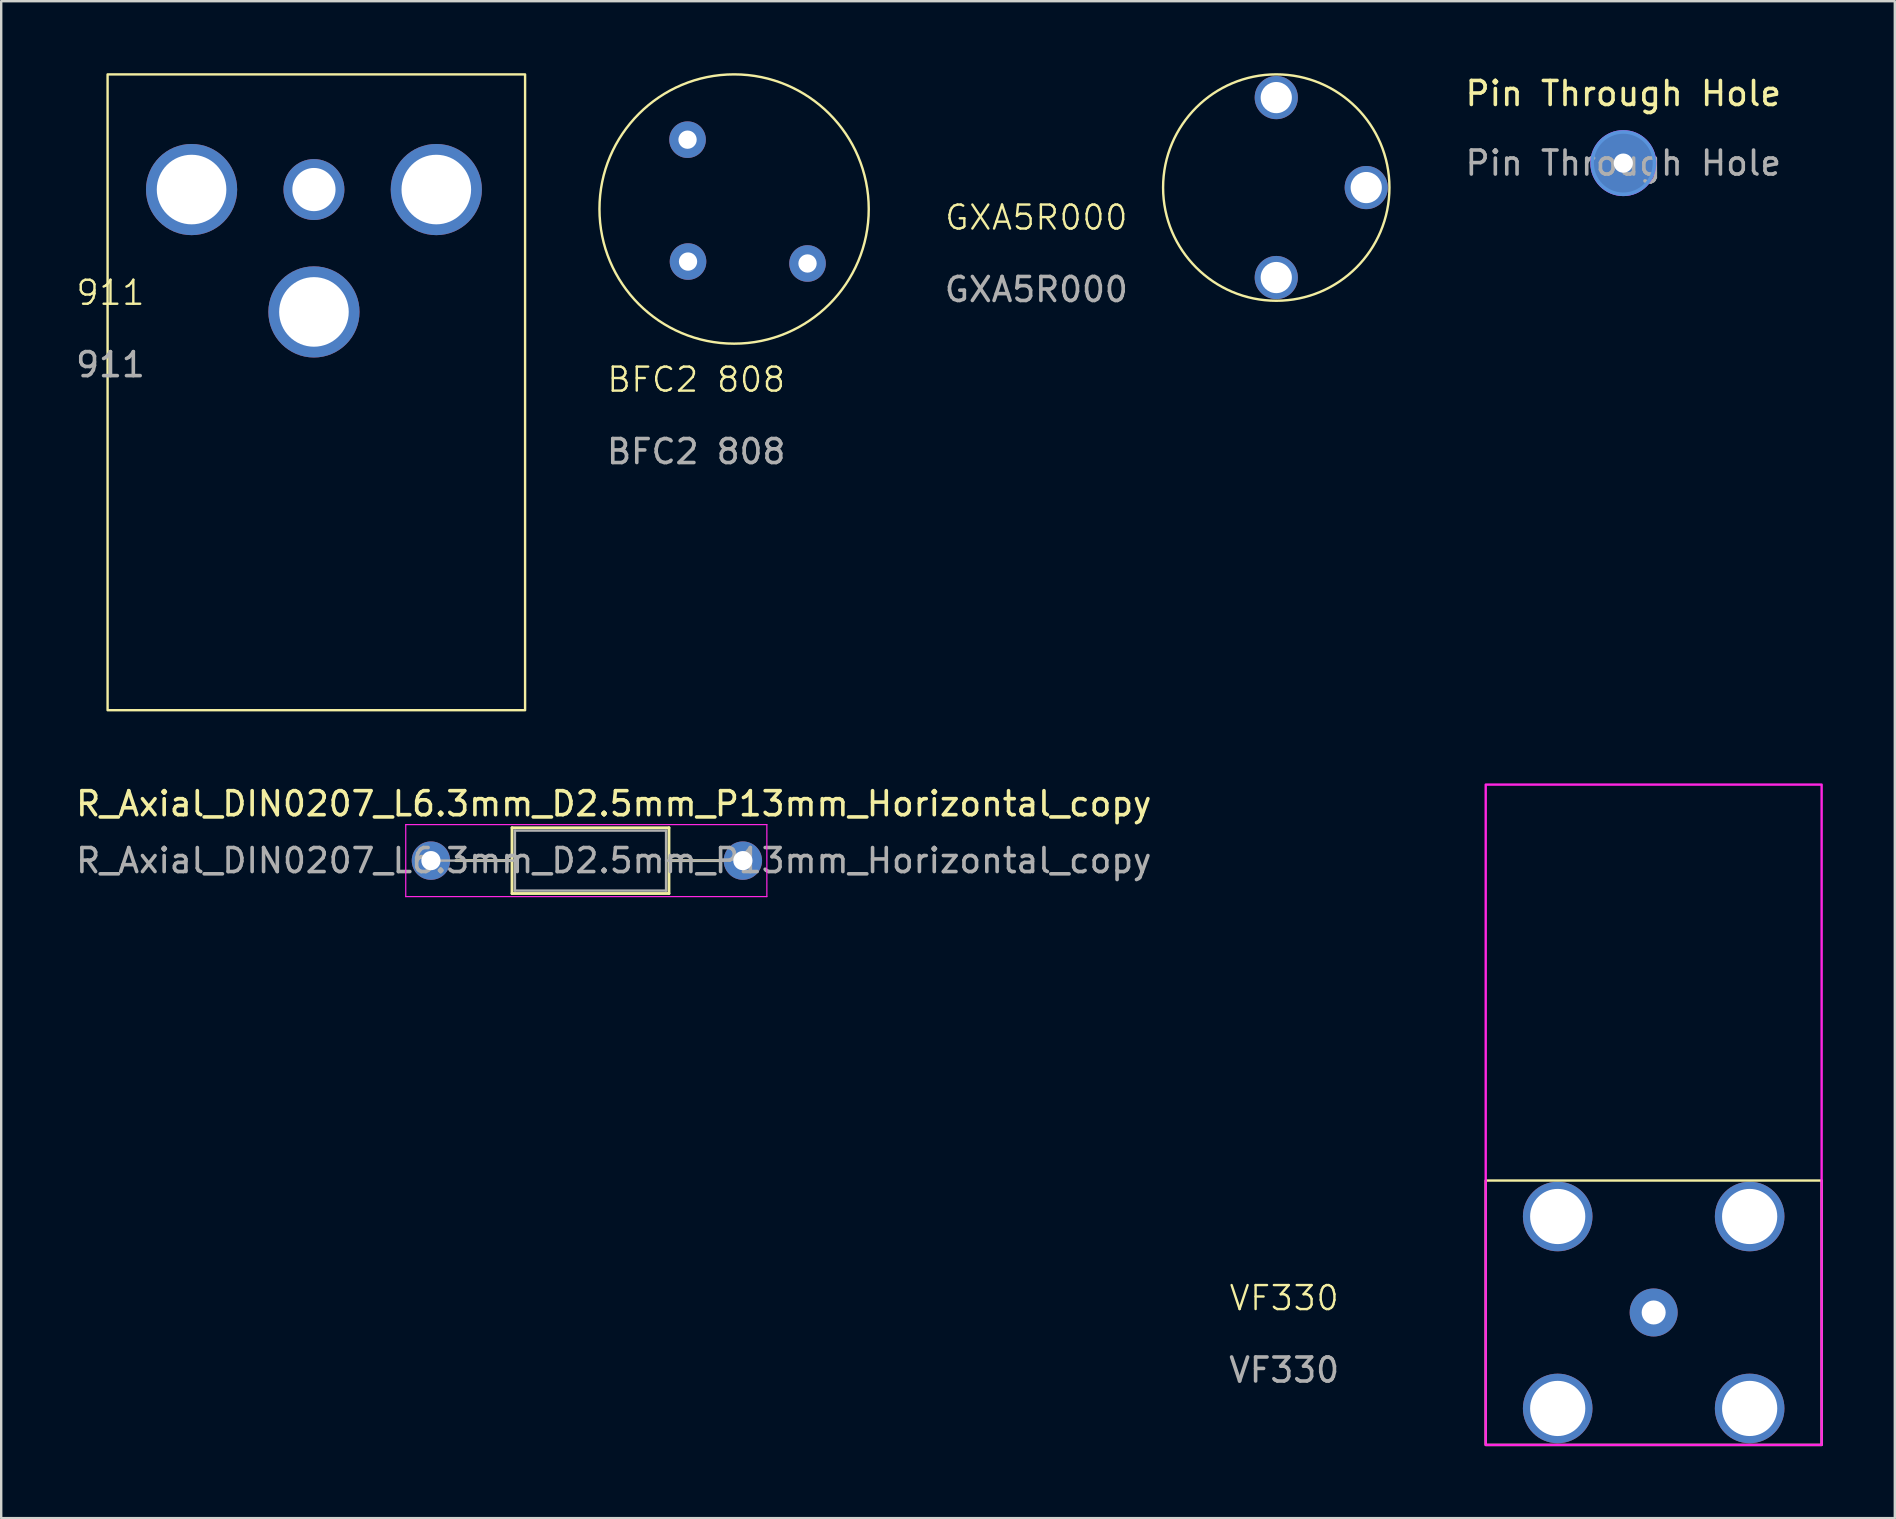
<source format=kicad_pcb>
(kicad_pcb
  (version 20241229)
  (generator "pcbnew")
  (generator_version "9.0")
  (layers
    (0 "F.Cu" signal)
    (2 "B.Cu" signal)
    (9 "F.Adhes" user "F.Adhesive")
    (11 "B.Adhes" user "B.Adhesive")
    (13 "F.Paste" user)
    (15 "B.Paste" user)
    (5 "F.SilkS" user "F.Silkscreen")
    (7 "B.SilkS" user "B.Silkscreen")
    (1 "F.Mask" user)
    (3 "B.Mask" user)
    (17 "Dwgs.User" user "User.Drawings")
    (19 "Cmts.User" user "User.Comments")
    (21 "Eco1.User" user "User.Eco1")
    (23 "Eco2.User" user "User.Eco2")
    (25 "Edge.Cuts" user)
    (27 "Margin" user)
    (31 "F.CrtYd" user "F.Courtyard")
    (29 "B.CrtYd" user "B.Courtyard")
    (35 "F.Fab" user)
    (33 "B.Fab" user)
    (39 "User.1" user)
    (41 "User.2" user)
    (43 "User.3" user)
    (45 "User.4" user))
  (footprint "VF330"
    (layer "F.Cu")
    (at 61.87 47.65)
    (property "Reference" "VF330" (at -11.4 3.4 0) (unlocked yes) (layer "F.SilkS") (effects (font (size 1 1) (thickness 0.1))))
    (attr smd)
    (fp_rect (start -3 -1.5) (end 11 9.52) (stroke (width 0.1) (type solid)) (fill no) (layer "F.SilkS"))
    (fp_rect (start -3 -18) (end 11 9.52) (stroke (width 0.1) (type solid)) (fill no) (layer "F.CrtYd"))
    (fp_text user "${REFERENCE}" (at -11.4 6.4 0) (unlocked yes) (layer "F.Fab") (effects (font (size 1 1) (thickness 0.15))))
    (pad "1" thru_hole circle (at 4 4) (size 2 2) (drill 1) (layers "*.Cu" "*.Mask"))
    (pad "2" thru_hole circle (at 0 0) (size 2.9 2.9) (drill 2.3) (layers "*.Cu" "*.Mask"))
    (pad "2" thru_hole circle (at 0 8) (size 2.9 2.9) (drill 2.3) (layers "*.Cu" "*.Mask"))
    (pad "2" thru_hole circle (at 8 0) (size 2.9 2.9) (drill 2.3) (layers "*.Cu" "*.Mask"))
    (pad "2" thru_hole circle (at 8 8) (size 2.9 2.9) (drill 2.3) (layers "*.Cu" "*.Mask")))
  (footprint "Pin Through Hole"
    (layer "F.Cu")
    (at 64.604 3.748)
    (property "Reference" "Pin Through Hole" (at 0 -2.9 0) (layer "F.SilkS") (effects (font (size 1 1) (thickness 0.15))))
    (attr exclude_from_pos_files exclude_from_bom)
    (fp_circle (center 0 0) (end 1.3 0) (stroke (width 0.15) (type solid)) (fill no) (layer "Cmts.User"))
    (fp_circle (center 0 0) (end 1.35 0) (stroke (width 0.05) (type solid)) (fill no) (layer "F.CrtYd"))
    (fp_text user "${REFERENCE}" (at 0 0 0) (layer "F.Fab") (effects (font (size 1 1) (thickness 0.15))))
    (pad "1" thru_hole circle (at 0 0) (size 1.2 1.2) (drill 0.8) (layers "*.Cu" "*.Mask"))
    (pad "1" connect circle (at 0 0) (size 2.6 2.6) (layers "F.Cu" "F.Mask"))
    (pad "1" connect circle (at 0 0) (size 2.6 2.6) (layers "B.Cu" "B.Mask")))
  (footprint "BFC2 808"
    (layer "F.Cu")
    (at 25.605 2.771)
    (property "Reference" "BFC2 808" (at 0.36 10 0) (unlocked yes) (layer "F.SilkS") (effects (font (size 1 1) (thickness 0.1))))
    (attr through_hole)
    (fp_circle (center 1.94 2.89) (end 6.15 -0.82) (stroke (width 0.1) (type default)) (fill no) (layer "F.SilkS"))
    (fp_text user "${REFERENCE}" (at 0.36 13 0) (unlocked yes) (layer "F.Fab") (effects (font (size 1 1) (thickness 0.15))))
    (pad "1" thru_hole circle (at 0 0) (size 1.524 1.524) (drill 0.762) (layers "*.Cu" "*.Mask"))
    (pad "2" thru_hole circle (at 0.02 5.08) (size 1.524 1.524) (drill 0.762) (layers "*.Cu" "*.Mask"))
    (pad "3" thru_hole circle (at 5 5.16) (size 1.524 1.524) (drill 0.762) (layers "*.Cu" "*.Mask")))
  (footprint "GXA5R000"
    (layer "F.Cu")
    (at 50.141 1.017)
    (property "Reference" "GXA5R000" (at -10 5 0) (unlocked yes) (layer "F.SilkS") (effects (font (size 1 1) (thickness 0.1))))
    (attr smd)
    (fp_circle (center 0 3.75) (end 4 1.25) (stroke (width 0.1) (type default)) (fill no) (layer "F.SilkS"))
    (fp_text user "${REFERENCE}" (at -10 8 0) (unlocked yes) (layer "F.Fab") (effects (font (size 1 1) (thickness 0.15))))
    (pad "1" thru_hole circle (at 3.75 3.75) (size 1.8 1.8) (drill 1.3) (layers "*.Cu" "*.Mask"))
    (pad "2" thru_hole circle (at 0 0) (size 1.8 1.8) (drill 1.3) (layers "*.Cu" "*.Mask"))
    (pad "2" thru_hole circle (at 0 7.5) (size 1.8 1.8) (drill 1.3) (layers "*.Cu" "*.Mask")))
  (footprint "R_Axial_DIN0207_L6.3mm_D2.5mm_P13mm_Horizontal_copy"
    (layer "F.Cu")
    (at 14.91 32.818)
    (property "Reference" "R_Axial_DIN0207_L6.3mm_D2.5mm_P13mm_Horizontal_copy" (at 7.62 -2.37 0) (layer "F.SilkS") (effects (font (size 1 1) (thickness 0.15))))
    (attr through_hole)
    (fp_line (start 1.04 0) (end 3.38 0) (stroke (width 0.12) (type solid)) (layer "F.SilkS"))
    (fp_line (start 3.38 -1.37) (end 3.38 1.37) (stroke (width 0.12) (type solid)) (layer "F.SilkS"))
    (fp_line (start 3.38 1.37) (end 9.92 1.37) (stroke (width 0.12) (type solid)) (layer "F.SilkS"))
    (fp_line (start 9.92 -1.37) (end 3.38 -1.37) (stroke (width 0.12) (type solid)) (layer "F.SilkS"))
    (fp_line (start 9.92 1.37) (end 9.92 -1.37) (stroke (width 0.12) (type solid)) (layer "F.SilkS"))
    (fp_line (start 12 0) (end 9.92 0) (stroke (width 0.12) (type solid)) (layer "F.SilkS"))
    (fp_line (start -1.05 -1.5) (end -1.05 1.5) (stroke (width 0.05) (type solid)) (layer "F.CrtYd"))
    (fp_line (start -1.05 1.5) (end 14 1.5) (stroke (width 0.05) (type solid)) (layer "F.CrtYd"))
    (fp_line (start 14 -1.5) (end -1.05 -1.5) (stroke (width 0.05) (type solid)) (layer "F.CrtYd"))
    (fp_line (start 14 1.5) (end 14 -1.5) (stroke (width 0.05) (type solid)) (layer "F.CrtYd"))
    (fp_line (start 0 0) (end 3.5 0) (stroke (width 0.1) (type solid)) (layer "F.Fab"))
    (fp_line (start 3.5 -1.25) (end 3.5 1.25) (stroke (width 0.1) (type solid)) (layer "F.Fab"))
    (fp_line (start 3.5 1.25) (end 9.8 1.25) (stroke (width 0.1) (type solid)) (layer "F.Fab"))
    (fp_line (start 9.8 -1.25) (end 3.5 -1.25) (stroke (width 0.1) (type solid)) (layer "F.Fab"))
    (fp_line (start 9.8 1.25) (end 9.8 -1.25) (stroke (width 0.1) (type solid)) (layer "F.Fab"))
    (fp_line (start 12.2 0) (end 9.8 0) (stroke (width 0.1) (type solid)) (layer "F.Fab"))
    (fp_text user "${REFERENCE}" (at 7.62 0 0) (layer "F.Fab") (effects (font (size 1 1) (thickness 0.15))))
    (pad "1" thru_hole circle (at 0 0) (size 1.6 1.6) (drill 0.8) (layers "*.Cu" "*.Mask"))
    (pad "2" thru_hole oval (at 13 0) (size 1.6 1.6) (drill 0.8) (layers "*.Cu" "*.Mask")))
  (footprint "911"
    (layer "F.Cu")
    (at 10.034 4.85)
    (property "Reference" "911" (at -8.48 4.3 0) (unlocked yes) (layer "F.SilkS") (effects (font (size 1 1) (thickness 0.1))))
    (attr through_hole)
    (fp_rect (start -8.6 -4.8) (end 8.8 21.7) (stroke (width 0.1) (type default)) (fill no) (layer "F.SilkS"))
    (fp_text user "${REFERENCE}" (at -8.48 7.3 0) (unlocked yes) (layer "F.Fab") (effects (font (size 1 1) (thickness 0.15))))
    (pad "1" thru_hole circle (at 0 0) (size 2.54 2.54) (drill 1.8) (layers "*.Cu" "*.Mask"))
    (pad "2" thru_hole circle (at -5.1 0) (size 3.8 3.8) (drill 2.9) (layers "*.Cu" "*.Mask"))
    (pad "2" thru_hole circle (at 0 5.1) (size 3.8 3.8) (drill 2.9) (layers "*.Cu" "*.Mask"))
    (pad "2" thru_hole circle (at 5.1 0) (size 3.8 3.8) (drill 2.9) (layers "*.Cu" "*.Mask")))
  (gr_rect
    (start -3 -3)
    (end 75.92 60.22)
    (stroke (width 0.1) (type default))
    (fill no)
    (layer "Edge.Cuts")))
</source>
